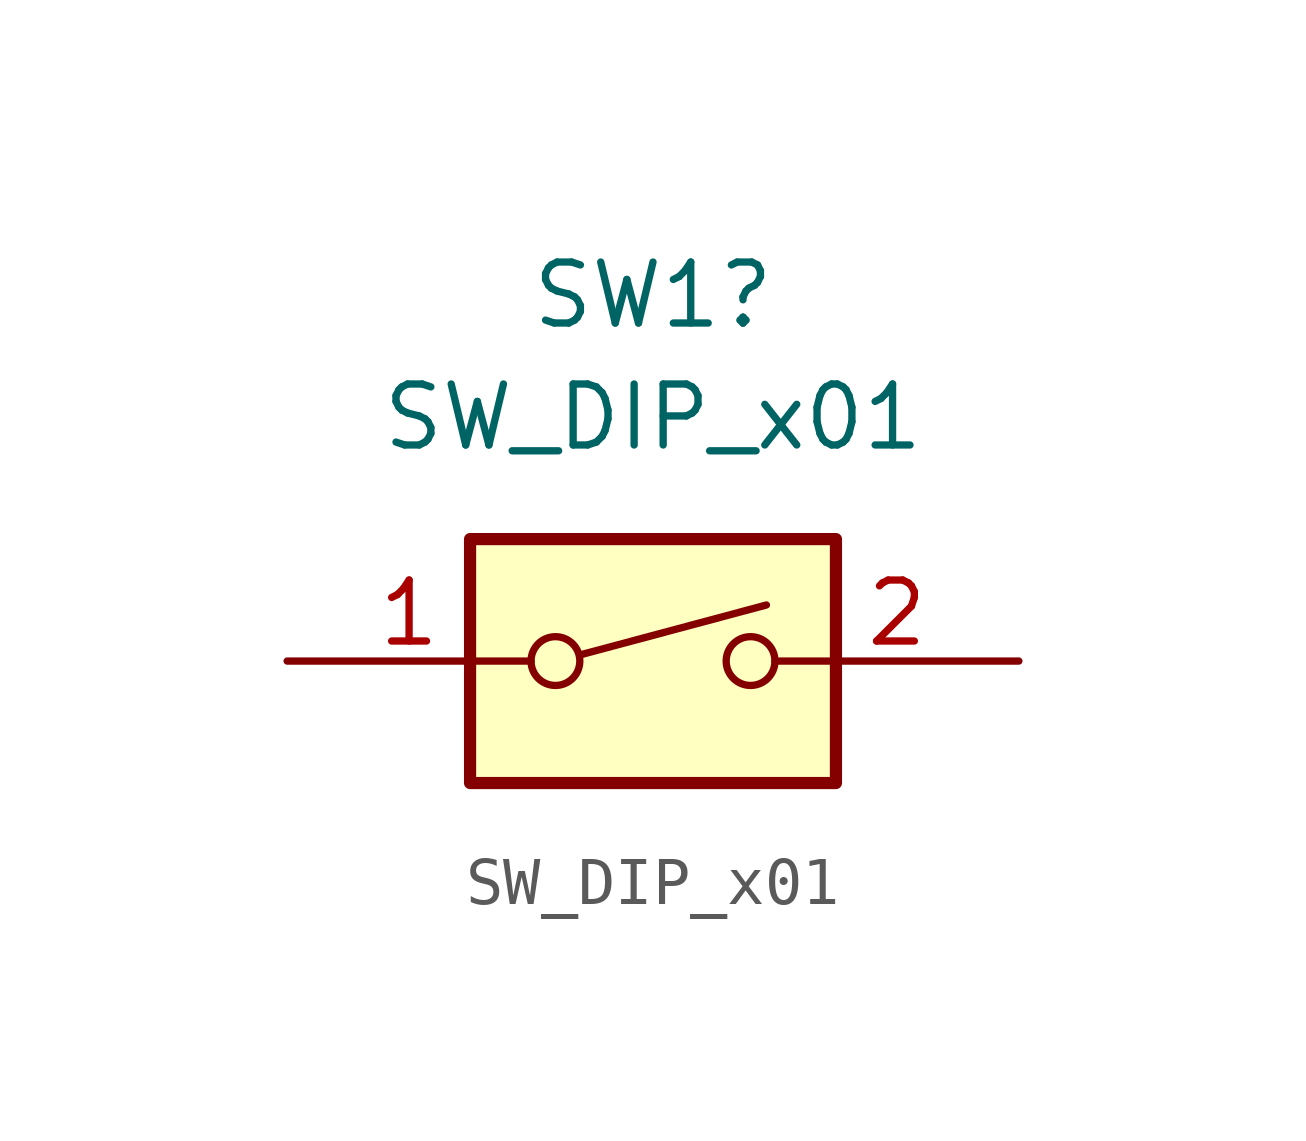
<source format=kicad_sym>
(kicad_symbol_lib
  (version 20241209)
  (generator "kicad_symbol_editor")
  (generator_version "9.0")
  (symbol "SW_DIP_x01"
    (pin_names
      (offset 0)
      (hide yes))
    (property "Reference" "SW1"
      (at 0 7.62 0)
      (effects (font (size 1.27 1.27))))
    (property "Value" "SW_DIP_x01"
      (at 0 5.08 0)
      (effects (font (size 1.27 1.27))))
    (symbol "SW_DIP_x01_0_0"
      (circle (center -2.032 0) (radius 0.508) (stroke (width 0) (type default)) (fill (type none)))
      (polyline (pts (xy -1.524 0.127) (xy 2.362 1.168)) (stroke (width 0) (type default)) (fill (type none)))
      (circle (center 2.032 0) (radius 0.508) (stroke (width 0) (type default)) (fill (type none))))
    (symbol "SW_DIP_x01_0_1"
      (rectangle (start -3.81 2.54) (end 3.81 -2.54) (stroke (width 0.254) (type default)) (fill (type background))))
    (symbol "SW_DIP_x01_1_1"
      (pin passive line (at -7.62 0 0) (length 5.08) (name "~" (effects (font (size 1.27 1.27)))) (number "1" (effects (font (size 1.27 1.27)))))
      (pin passive line (at 7.62 0 180) (length 5.08) (name "~" (effects (font (size 1.27 1.27)))) (number "2" (effects (font (size 1.27 1.27))))))))
</source>
